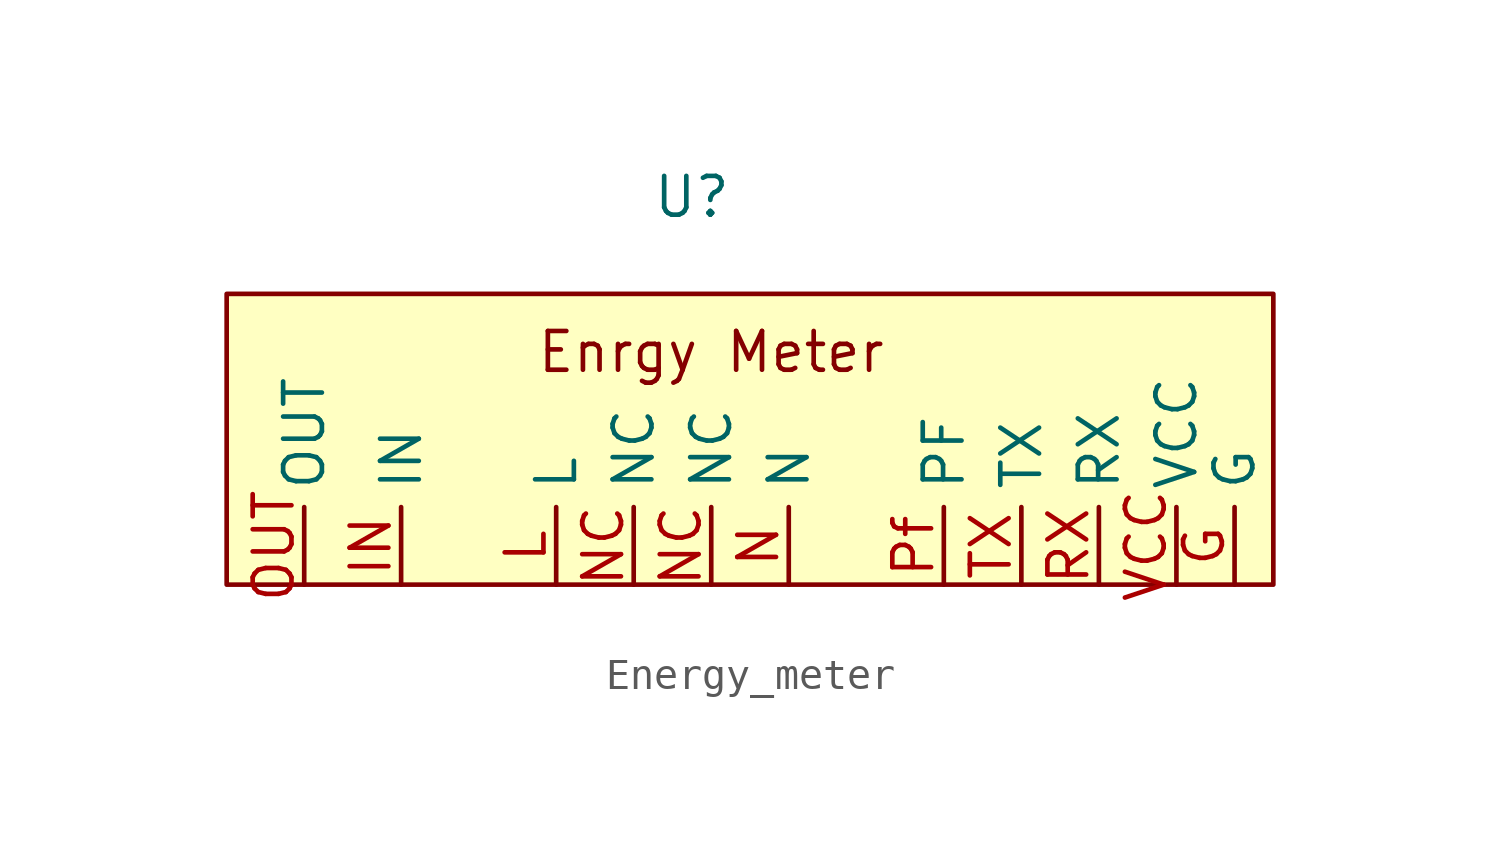
<source format=kicad_sym>
(kicad_symbol_lib
  (version 20220914)
  (generator kicad_symbol_editor)
  (symbol "Energy_meter"
    (property "Reference" "U"
      (at 0 0 0)
      (effects (font (size 1.27 1.27))))
    (property "Value" ""
      (at 8.89 -5.08 0)
      (effects (font (size 1.27 1.27))))
    (symbol "Energy_meter_1_1"
      (rectangle (start -15.24 -3.175) (end 19.05 -12.7) (stroke (width 0) (type default)) (fill (type background)))
      (text "Enrgy Meter" (at 0.635 -5.08 0) (effects (font (size 1.27 1.27))))
      (pin power_in line (at 17.78 -12.7 90) (length 2.54) (name "G" (effects (font (size 1.27 1.27)))) (number "G" (effects (font (size 1.27 1.27)))))
      (pin passive line (at -9.525 -12.7 90) (length 2.54) (name "IN" (effects (font (size 1.27 1.27)))) (number "IN" (effects (font (size 1.27 1.27)))))
      (pin passive line (at -4.445 -12.7 90) (length 2.54) (name "L" (effects (font (size 1.27 1.27)))) (number "L" (effects (font (size 1.27 1.27)))))
      (pin passive line (at 3.175 -12.7 90) (length 2.54) (name "N" (effects (font (size 1.27 1.27)))) (number "N" (effects (font (size 1.27 1.27)))))
      (pin passive line (at -1.905 -12.7 90) (length 2.54) (name "NC" (effects (font (size 1.27 1.27)))) (number "NC" (effects (font (size 1.27 1.27)))))
      (pin passive line (at 0.635 -12.7 90) (length 2.54) (name "NC" (effects (font (size 1.27 1.27)))) (number "NC" (effects (font (size 1.27 1.27)))))
      (pin passive line (at -12.7 -12.7 90) (length 2.54) (name "OUT" (effects (font (size 1.27 1.27)))) (number "OUT" (effects (font (size 1.27 1.27)))))
      (pin passive line (at 8.255 -12.7 90) (length 2.54) (name "PF" (effects (font (size 1.27 1.27)))) (number "Pf" (effects (font (size 1.27 1.27)))))
      (pin passive line (at 13.335 -12.7 90) (length 2.54) (name "RX" (effects (font (size 1.27 1.27)))) (number "RX" (effects (font (size 1.27 1.27)))))
      (pin passive line (at 10.795 -12.7 90) (length 2.54) (name "TX" (effects (font (size 1.27 1.27)))) (number "TX" (effects (font (size 1.27 1.27)))))
      (pin power_in line (at 15.875 -12.7 90) (length 2.54) (name "VCC" (effects (font (size 1.27 1.27)))) (number "VCC" (effects (font (size 1.27 1.27))))))))
</source>
